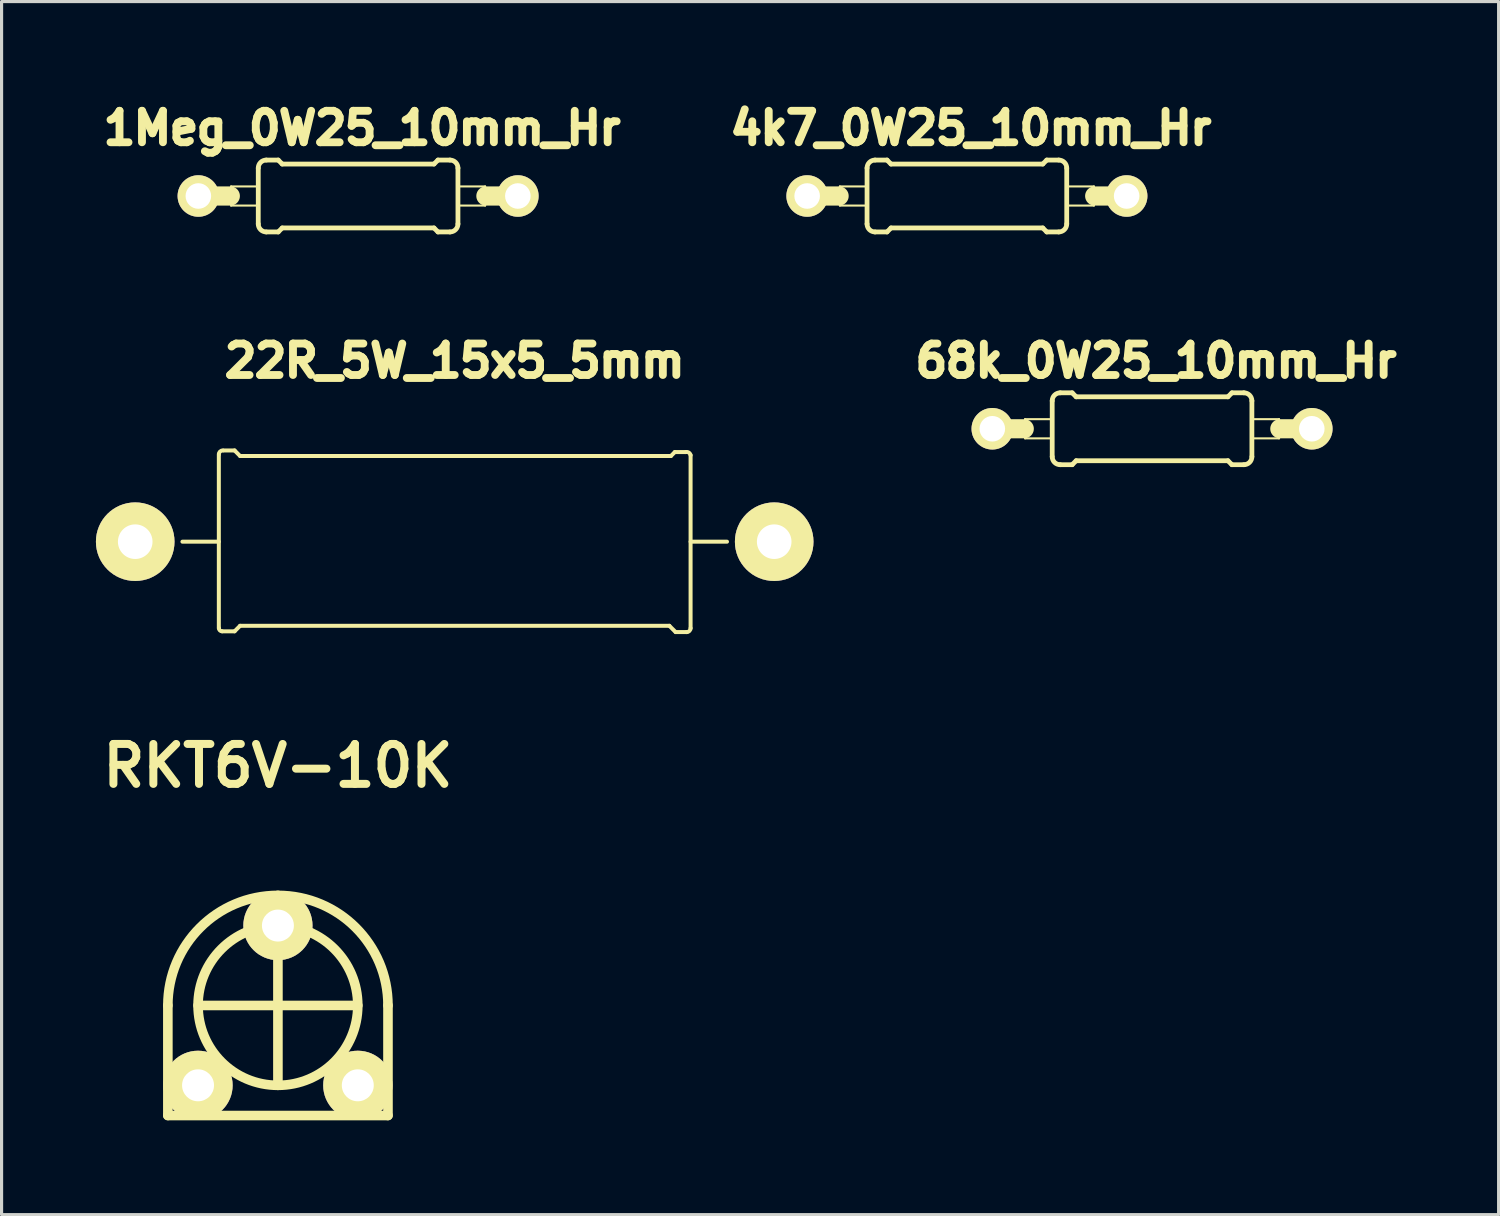
<source format=kicad_pcb>
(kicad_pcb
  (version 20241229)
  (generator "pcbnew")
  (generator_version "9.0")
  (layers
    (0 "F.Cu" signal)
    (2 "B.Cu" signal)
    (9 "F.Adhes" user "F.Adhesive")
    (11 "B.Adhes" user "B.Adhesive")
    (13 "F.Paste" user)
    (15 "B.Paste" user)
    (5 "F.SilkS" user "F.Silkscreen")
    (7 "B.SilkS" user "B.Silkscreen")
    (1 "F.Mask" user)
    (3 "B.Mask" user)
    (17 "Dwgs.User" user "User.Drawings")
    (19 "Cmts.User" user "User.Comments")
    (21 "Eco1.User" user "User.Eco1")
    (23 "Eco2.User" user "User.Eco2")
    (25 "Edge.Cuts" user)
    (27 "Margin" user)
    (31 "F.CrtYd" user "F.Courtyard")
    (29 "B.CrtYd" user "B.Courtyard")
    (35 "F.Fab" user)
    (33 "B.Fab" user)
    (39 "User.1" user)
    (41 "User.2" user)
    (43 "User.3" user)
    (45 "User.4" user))
  (footprint "1Meg_0W25_10mm_Hr"
    (layer "F.Cu")
    (at 8.338 3.183)
    (property "Reference" "1Meg_0W25_10mm_Hr" (at 0.127 -2.159 0) (layer "F.SilkS") (effects (font (size 1 1) (thickness 0.25))))
    (attr exclude_from_pos_files exclude_from_bom)
    (fp_line (start -5.08 0) (end -4.064 0) (stroke (width 0.61) (type solid)) (layer "F.SilkS"))
    (fp_line (start -4.039 -0.305) (end -3.175 -0.305) (stroke (width 0.066) (type solid)) (layer "F.SilkS"))
    (fp_line (start -4.039 0.305) (end -4.039 -0.305) (stroke (width 0.066) (type solid)) (layer "F.SilkS"))
    (fp_line (start -4.039 0.305) (end -3.175 0.305) (stroke (width 0.066) (type solid)) (layer "F.SilkS"))
    (fp_line (start -3.175 0.305) (end -3.175 -0.305) (stroke (width 0.066) (type solid)) (layer "F.SilkS"))
    (fp_line (start -3.175 0.889) (end -3.175 -0.889) (stroke (width 0.152) (type solid)) (layer "F.SilkS"))
    (fp_line (start -2.921 -1.143) (end -2.54 -1.143) (stroke (width 0.152) (type solid)) (layer "F.SilkS"))
    (fp_line (start -2.921 1.143) (end -2.54 1.143) (stroke (width 0.152) (type solid)) (layer "F.SilkS"))
    (fp_line (start -2.413 -1.016) (end -2.54 -1.143) (stroke (width 0.152) (type solid)) (layer "F.SilkS"))
    (fp_line (start -2.413 1.016) (end -2.54 1.143) (stroke (width 0.152) (type solid)) (layer "F.SilkS"))
    (fp_line (start 2.413 -1.016) (end -2.413 -1.016) (stroke (width 0.152) (type solid)) (layer "F.SilkS"))
    (fp_line (start 2.413 -1.016) (end 2.54 -1.143) (stroke (width 0.152) (type solid)) (layer "F.SilkS"))
    (fp_line (start 2.413 1.016) (end -2.413 1.016) (stroke (width 0.152) (type solid)) (layer "F.SilkS"))
    (fp_line (start 2.413 1.016) (end 2.54 1.143) (stroke (width 0.152) (type solid)) (layer "F.SilkS"))
    (fp_line (start 2.921 -1.143) (end 2.54 -1.143) (stroke (width 0.152) (type solid)) (layer "F.SilkS"))
    (fp_line (start 2.921 1.143) (end 2.54 1.143) (stroke (width 0.152) (type solid)) (layer "F.SilkS"))
    (fp_line (start 3.175 -0.305) (end 4.039 -0.305) (stroke (width 0.066) (type solid)) (layer "F.SilkS"))
    (fp_line (start 3.175 0.305) (end 3.175 -0.305) (stroke (width 0.066) (type solid)) (layer "F.SilkS"))
    (fp_line (start 3.175 0.305) (end 4.039 0.305) (stroke (width 0.066) (type solid)) (layer "F.SilkS"))
    (fp_line (start 3.175 0.889) (end 3.175 -0.889) (stroke (width 0.152) (type solid)) (layer "F.SilkS"))
    (fp_line (start 4.039 0.305) (end 4.039 -0.305) (stroke (width 0.066) (type solid)) (layer "F.SilkS"))
    (fp_line (start 5.08 0) (end 4.064 0) (stroke (width 0.61) (type solid)) (layer "F.SilkS"))
    (fp_arc (start -3.175 -0.889) (mid -3.100605 -1.068605) (end -2.921 -1.143) (stroke (width 0.1524) (type solid)) (layer "F.SilkS"))
    (fp_arc (start -2.921 1.143) (mid -3.100605 1.068605) (end -3.175 0.889) (stroke (width 0.1524) (type solid)) (layer "F.SilkS"))
    (fp_arc (start 2.921 -1.143) (mid 3.100605 -1.068605) (end 3.175 -0.889) (stroke (width 0.1524) (type solid)) (layer "F.SilkS"))
    (fp_arc (start 3.175 0.889) (mid 3.100605 1.068605) (end 2.921 1.143) (stroke (width 0.1524) (type solid)) (layer "F.SilkS"))
    (pad "1" thru_hole circle (at -5.08 0) (size 1.321 1.321) (drill 0.813) (layers "*.Cu" "F.Mask" "F.SilkS" "F.Paste"))
    (pad "2" thru_hole circle (at 5.08 0) (size 1.321 1.321) (drill 0.813) (layers "*.Cu" "F.Mask" "F.SilkS" "F.Paste")))
  (footprint "4k7_0W25_10mm_Hr"
    (layer "F.Cu")
    (at 27.698 3.183)
    (property "Reference" "4k7_0W25_10mm_Hr" (at 0.127 -2.159 0) (layer "F.SilkS") (effects (font (size 1 1) (thickness 0.25))))
    (attr exclude_from_pos_files exclude_from_bom)
    (fp_line (start -5.08 0) (end -4.064 0) (stroke (width 0.61) (type solid)) (layer "F.SilkS"))
    (fp_line (start -4.039 -0.305) (end -3.175 -0.305) (stroke (width 0.066) (type solid)) (layer "F.SilkS"))
    (fp_line (start -4.039 0.305) (end -4.039 -0.305) (stroke (width 0.066) (type solid)) (layer "F.SilkS"))
    (fp_line (start -4.039 0.305) (end -3.175 0.305) (stroke (width 0.066) (type solid)) (layer "F.SilkS"))
    (fp_line (start -3.175 0.305) (end -3.175 -0.305) (stroke (width 0.066) (type solid)) (layer "F.SilkS"))
    (fp_line (start -3.175 0.889) (end -3.175 -0.889) (stroke (width 0.152) (type solid)) (layer "F.SilkS"))
    (fp_line (start -2.921 -1.143) (end -2.54 -1.143) (stroke (width 0.152) (type solid)) (layer "F.SilkS"))
    (fp_line (start -2.921 1.143) (end -2.54 1.143) (stroke (width 0.152) (type solid)) (layer "F.SilkS"))
    (fp_line (start -2.413 -1.016) (end -2.54 -1.143) (stroke (width 0.152) (type solid)) (layer "F.SilkS"))
    (fp_line (start -2.413 1.016) (end -2.54 1.143) (stroke (width 0.152) (type solid)) (layer "F.SilkS"))
    (fp_line (start 2.413 -1.016) (end -2.413 -1.016) (stroke (width 0.152) (type solid)) (layer "F.SilkS"))
    (fp_line (start 2.413 -1.016) (end 2.54 -1.143) (stroke (width 0.152) (type solid)) (layer "F.SilkS"))
    (fp_line (start 2.413 1.016) (end -2.413 1.016) (stroke (width 0.152) (type solid)) (layer "F.SilkS"))
    (fp_line (start 2.413 1.016) (end 2.54 1.143) (stroke (width 0.152) (type solid)) (layer "F.SilkS"))
    (fp_line (start 2.921 -1.143) (end 2.54 -1.143) (stroke (width 0.152) (type solid)) (layer "F.SilkS"))
    (fp_line (start 2.921 1.143) (end 2.54 1.143) (stroke (width 0.152) (type solid)) (layer "F.SilkS"))
    (fp_line (start 3.175 -0.305) (end 4.039 -0.305) (stroke (width 0.066) (type solid)) (layer "F.SilkS"))
    (fp_line (start 3.175 0.305) (end 3.175 -0.305) (stroke (width 0.066) (type solid)) (layer "F.SilkS"))
    (fp_line (start 3.175 0.305) (end 4.039 0.305) (stroke (width 0.066) (type solid)) (layer "F.SilkS"))
    (fp_line (start 3.175 0.889) (end 3.175 -0.889) (stroke (width 0.152) (type solid)) (layer "F.SilkS"))
    (fp_line (start 4.039 0.305) (end 4.039 -0.305) (stroke (width 0.066) (type solid)) (layer "F.SilkS"))
    (fp_line (start 5.08 0) (end 4.064 0) (stroke (width 0.61) (type solid)) (layer "F.SilkS"))
    (fp_arc (start -3.175 -0.889) (mid -3.100605 -1.068605) (end -2.921 -1.143) (stroke (width 0.1524) (type solid)) (layer "F.SilkS"))
    (fp_arc (start -2.921 1.143) (mid -3.100605 1.068605) (end -3.175 0.889) (stroke (width 0.1524) (type solid)) (layer "F.SilkS"))
    (fp_arc (start 2.921 -1.143) (mid 3.100605 -1.068605) (end 3.175 -0.889) (stroke (width 0.1524) (type solid)) (layer "F.SilkS"))
    (fp_arc (start 3.175 0.889) (mid 3.100605 1.068605) (end 2.921 1.143) (stroke (width 0.1524) (type solid)) (layer "F.SilkS"))
    (pad "1" thru_hole circle (at -5.08 0) (size 1.321 1.321) (drill 0.813) (layers "*.Cu" "F.Mask" "F.SilkS" "F.Paste"))
    (pad "2" thru_hole circle (at 5.08 0) (size 1.321 1.321) (drill 0.813) (layers "*.Cu" "F.Mask" "F.SilkS" "F.Paste")))
  (footprint "22R_5W_15x5_5mm"
    (layer "F.Cu")
    (at 11.41 14.176)
    (property "Reference" "22R_5W_15x5_5mm" (at 0 -5.751 0) (layer "F.SilkS") (effects (font (size 1 1) (thickness 0.25))))
    (attr through_hole)
    (fp_line (start -8.659 0) (end -7.501 0) (stroke (width 0.127) (type solid)) (layer "F.SilkS"))
    (fp_line (start -7.501 -2.751) (end -7.501 2.751) (stroke (width 0.127) (type solid)) (layer "F.SilkS"))
    (fp_line (start -7.399 2.85) (end -7 2.85) (stroke (width 0.127) (type solid)) (layer "F.SilkS"))
    (fp_line (start -7.351 -2.901) (end -7 -2.901) (stroke (width 0.127) (type solid)) (layer "F.SilkS"))
    (fp_line (start -7 -2.901) (end -6.825 -2.725) (stroke (width 0.127) (type solid)) (layer "F.SilkS"))
    (fp_line (start -7 2.85) (end -6.825 2.675) (stroke (width 0.127) (type solid)) (layer "F.SilkS"))
    (fp_line (start 6.825 2.675) (end -6.825 2.675) (stroke (width 0.127) (type solid)) (layer "F.SilkS"))
    (fp_line (start 6.876 -2.725) (end -6.825 -2.725) (stroke (width 0.127) (type solid)) (layer "F.SilkS"))
    (fp_line (start 7 -2.85) (end 6.876 -2.725) (stroke (width 0.127) (type solid)) (layer "F.SilkS"))
    (fp_line (start 7.026 2.875) (end 6.825 2.675) (stroke (width 0.127) (type solid)) (layer "F.SilkS"))
    (fp_line (start 7.351 -2.85) (end 7 -2.85) (stroke (width 0.127) (type solid)) (layer "F.SilkS"))
    (fp_line (start 7.376 2.875) (end 7.026 2.875) (stroke (width 0.127) (type solid)) (layer "F.SilkS"))
    (fp_line (start 7.501 0) (end 8.659 0) (stroke (width 0.127) (type solid)) (layer "F.SilkS"))
    (fp_line (start 7.501 2.751) (end 7.501 -2.751) (stroke (width 0.127) (type solid)) (layer "F.SilkS"))
    (fp_arc (start -7.50062 -2.77622) (mid -7.464167 -2.864227) (end -7.37616 -2.90068) (stroke (width 0.127) (type solid)) (layer "F.SilkS"))
    (fp_arc (start -7.39902 2.84988) (mid -7.469066 2.820866) (end -7.49808 2.75082) (stroke (width 0.127) (type solid)) (layer "F.SilkS"))
    (fp_arc (start 7.35076 -2.84988) (mid 7.446206 -2.831387) (end 7.50062 -2.75082) (stroke (width 0.127) (type solid)) (layer "F.SilkS"))
    (fp_arc (start 7.50062 2.75082) (mid 7.464167 2.838827) (end 7.37616 2.87528) (stroke (width 0.127) (type solid)) (layer "F.SilkS"))
    (pad "1" thru_hole circle (at -10.16 0) (size 2.499 2.499) (drill 1.1) (layers "*.Cu" "*.Mask" "F.SilkS"))
    (pad "2" thru_hole circle (at 10.16 0) (size 2.499 2.499) (drill 1.1) (layers "*.Cu" "*.Mask" "F.SilkS")))
  (footprint "68k_0W25_10mm_Hr"
    (layer "F.Cu")
    (at 33.586 10.585)
    (property "Reference" "68k_0W25_10mm_Hr" (at 0.127 -2.159 0) (layer "F.SilkS") (effects (font (size 1 1) (thickness 0.25))))
    (attr exclude_from_pos_files exclude_from_bom)
    (fp_line (start -5.08 0) (end -4.064 0) (stroke (width 0.61) (type solid)) (layer "F.SilkS"))
    (fp_line (start -4.039 -0.305) (end -3.175 -0.305) (stroke (width 0.066) (type solid)) (layer "F.SilkS"))
    (fp_line (start -4.039 0.305) (end -4.039 -0.305) (stroke (width 0.066) (type solid)) (layer "F.SilkS"))
    (fp_line (start -4.039 0.305) (end -3.175 0.305) (stroke (width 0.066) (type solid)) (layer "F.SilkS"))
    (fp_line (start -3.175 0.305) (end -3.175 -0.305) (stroke (width 0.066) (type solid)) (layer "F.SilkS"))
    (fp_line (start -3.175 0.889) (end -3.175 -0.889) (stroke (width 0.152) (type solid)) (layer "F.SilkS"))
    (fp_line (start -2.921 -1.143) (end -2.54 -1.143) (stroke (width 0.152) (type solid)) (layer "F.SilkS"))
    (fp_line (start -2.921 1.143) (end -2.54 1.143) (stroke (width 0.152) (type solid)) (layer "F.SilkS"))
    (fp_line (start -2.413 -1.016) (end -2.54 -1.143) (stroke (width 0.152) (type solid)) (layer "F.SilkS"))
    (fp_line (start -2.413 1.016) (end -2.54 1.143) (stroke (width 0.152) (type solid)) (layer "F.SilkS"))
    (fp_line (start 2.413 -1.016) (end -2.413 -1.016) (stroke (width 0.152) (type solid)) (layer "F.SilkS"))
    (fp_line (start 2.413 -1.016) (end 2.54 -1.143) (stroke (width 0.152) (type solid)) (layer "F.SilkS"))
    (fp_line (start 2.413 1.016) (end -2.413 1.016) (stroke (width 0.152) (type solid)) (layer "F.SilkS"))
    (fp_line (start 2.413 1.016) (end 2.54 1.143) (stroke (width 0.152) (type solid)) (layer "F.SilkS"))
    (fp_line (start 2.921 -1.143) (end 2.54 -1.143) (stroke (width 0.152) (type solid)) (layer "F.SilkS"))
    (fp_line (start 2.921 1.143) (end 2.54 1.143) (stroke (width 0.152) (type solid)) (layer "F.SilkS"))
    (fp_line (start 3.175 -0.305) (end 4.039 -0.305) (stroke (width 0.066) (type solid)) (layer "F.SilkS"))
    (fp_line (start 3.175 0.305) (end 3.175 -0.305) (stroke (width 0.066) (type solid)) (layer "F.SilkS"))
    (fp_line (start 3.175 0.305) (end 4.039 0.305) (stroke (width 0.066) (type solid)) (layer "F.SilkS"))
    (fp_line (start 3.175 0.889) (end 3.175 -0.889) (stroke (width 0.152) (type solid)) (layer "F.SilkS"))
    (fp_line (start 4.039 0.305) (end 4.039 -0.305) (stroke (width 0.066) (type solid)) (layer "F.SilkS"))
    (fp_line (start 5.08 0) (end 4.064 0) (stroke (width 0.61) (type solid)) (layer "F.SilkS"))
    (fp_arc (start -3.175 -0.889) (mid -3.100605 -1.068605) (end -2.921 -1.143) (stroke (width 0.1524) (type solid)) (layer "F.SilkS"))
    (fp_arc (start -2.921 1.143) (mid -3.100605 1.068605) (end -3.175 0.889) (stroke (width 0.1524) (type solid)) (layer "F.SilkS"))
    (fp_arc (start 2.921 -1.143) (mid 3.100605 -1.068605) (end 3.175 -0.889) (stroke (width 0.1524) (type solid)) (layer "F.SilkS"))
    (fp_arc (start 3.175 0.889) (mid 3.100605 1.068605) (end 2.921 1.143) (stroke (width 0.1524) (type solid)) (layer "F.SilkS"))
    (pad "1" thru_hole circle (at -5.08 0) (size 1.321 1.321) (drill 0.813) (layers "*.Cu" "F.Mask" "F.SilkS" "F.Paste"))
    (pad "2" thru_hole circle (at 5.08 0) (size 1.321 1.321) (drill 0.813) (layers "*.Cu" "F.Mask" "F.SilkS" "F.Paste")))
  (footprint "RKT6V-10K"
    (layer "F.Cu")
    (at 5.788 28.924)
    (property "Reference" "RKT6V-10K" (at 0 -7.62 0) (layer "F.SilkS") (effects (font (size 1.27 1.27) (thickness 0.254))))
    (attr through_hole)
    (fp_line (start -3.5 3.5) (end -3.5 0) (stroke (width 0.305) (type solid)) (layer "F.SilkS"))
    (fp_line (start -2.54 0) (end 2.54 0) (stroke (width 0.305) (type solid)) (layer "F.SilkS"))
    (fp_line (start 0 -2.54) (end 0 2.54) (stroke (width 0.305) (type solid)) (layer "F.SilkS"))
    (fp_line (start 3.5 0) (end 3.5 3.5) (stroke (width 0.305) (type solid)) (layer "F.SilkS"))
    (fp_line (start 3.5 3.5) (end -3.5 3.5) (stroke (width 0.305) (type solid)) (layer "F.SilkS"))
    (fp_arc (start -3.50012 0) (mid -2.474959 -2.474959) (end 0 -3.50012) (stroke (width 0.3048) (type solid)) (layer "F.SilkS"))
    (fp_arc (start 0 -3.50012) (mid 2.474959 -2.474959) (end 3.50012 0) (stroke (width 0.3048) (type solid)) (layer "F.SilkS"))
    (fp_circle (center 0 0) (end 2.54 0) (stroke (width 0.305) (type solid)) (fill no) (layer "F.SilkS"))
    (pad "1" thru_hole oval (at -2.54 2.54) (size 2.2 2.2) (drill 1.016) (layers "*.Cu" "*.Mask" "F.SilkS"))
    (pad "2" thru_hole oval (at 0 -2.54) (size 2.2 2.2) (drill 1.016) (layers "*.Cu" "*.Mask" "F.SilkS"))
    (pad "3" thru_hole oval (at 2.54 2.54) (size 2.2 2.2) (drill 1.016) (layers "*.Cu" "*.Mask" "F.SilkS")))
  (gr_rect
    (start -3 -3)
    (end 44.607 35.576)
    (stroke (width 0.1) (type default))
    (fill no)
    (layer "Edge.Cuts")))
</source>
